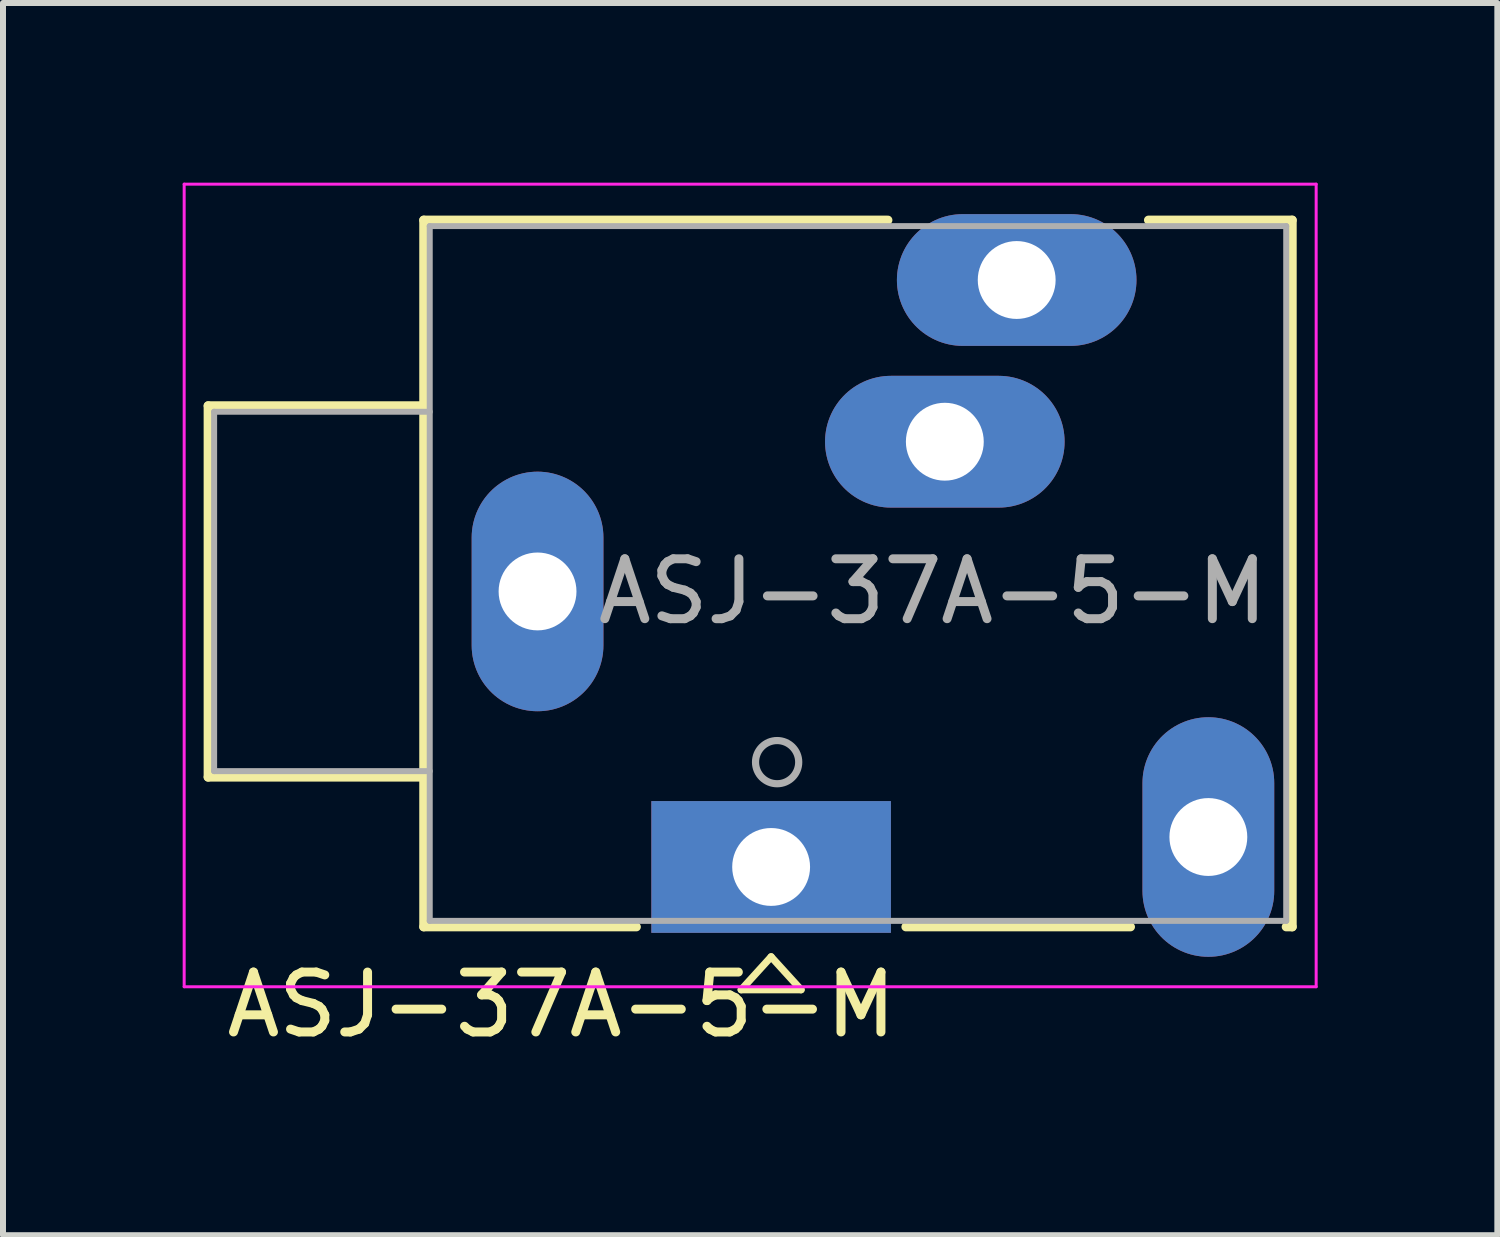
<source format=kicad_pcb>
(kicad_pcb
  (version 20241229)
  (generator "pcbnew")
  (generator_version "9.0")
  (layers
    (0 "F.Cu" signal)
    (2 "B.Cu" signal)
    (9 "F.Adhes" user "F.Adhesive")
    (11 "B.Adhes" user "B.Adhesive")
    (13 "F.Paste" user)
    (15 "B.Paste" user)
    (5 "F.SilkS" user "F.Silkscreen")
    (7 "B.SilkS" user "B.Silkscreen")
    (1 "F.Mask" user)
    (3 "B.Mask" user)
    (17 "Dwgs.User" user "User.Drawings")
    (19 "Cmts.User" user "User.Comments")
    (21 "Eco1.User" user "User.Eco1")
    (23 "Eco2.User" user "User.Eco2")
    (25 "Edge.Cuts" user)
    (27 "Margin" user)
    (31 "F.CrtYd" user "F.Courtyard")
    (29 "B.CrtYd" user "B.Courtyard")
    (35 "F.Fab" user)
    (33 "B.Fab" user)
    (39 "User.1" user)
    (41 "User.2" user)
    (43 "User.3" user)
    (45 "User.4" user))
  (footprint "ASJ-37A-5-M"
    (layer "F.Cu")
    (at 9.825 11.425)
    (property "Reference" "ASJ-37A-5-M" (at -3.5 2.3 0) (layer "F.SilkS") (effects (font (size 1 1) (thickness 0.15))))
    (attr through_hole)
    (fp_line (start -9.4 -7.7) (end -9.4 -1.5) (stroke (width 0.15) (type solid)) (layer "F.SilkS"))
    (fp_line (start -9.4 -1.5) (end -5.8 -1.5) (stroke (width 0.15) (type solid)) (layer "F.SilkS"))
    (fp_line (start -5.8 -10.8) (end 1.95 -10.8) (stroke (width 0.15) (type solid)) (layer "F.SilkS"))
    (fp_line (start -5.8 -7.7) (end -9.4 -7.7) (stroke (width 0.15) (type solid)) (layer "F.SilkS"))
    (fp_line (start -5.8 1) (end -5.8 -10.8) (stroke (width 0.15) (type solid)) (layer "F.SilkS"))
    (fp_line (start -2.25 1) (end -5.8 1) (stroke (width 0.15) (type solid)) (layer "F.SilkS"))
    (fp_line (start -0.5 2.05) (end 0.5 2.05) (stroke (width 0.12) (type solid)) (layer "F.SilkS"))
    (fp_line (start 0 1.5) (end -0.5 2.05) (stroke (width 0.12) (type solid)) (layer "F.SilkS"))
    (fp_line (start 0.5 2.05) (end 0 1.5) (stroke (width 0.12) (type solid)) (layer "F.SilkS"))
    (fp_line (start 6 1) (end 2.25 1) (stroke (width 0.15) (type solid)) (layer "F.SilkS"))
    (fp_line (start 6.3 -10.8) (end 8.7 -10.8) (stroke (width 0.15) (type solid)) (layer "F.SilkS"))
    (fp_line (start 8.7 -10.8) (end 8.7 1) (stroke (width 0.15) (type solid)) (layer "F.SilkS"))
    (fp_line (start 8.7 1) (end 8.6 1) (stroke (width 0.15) (type solid)) (layer "F.SilkS"))
    (fp_line (start -9.8 -11.4) (end -9.8 2) (stroke (width 0.05) (type solid)) (layer "F.CrtYd"))
    (fp_line (start -9.8 2) (end 9.1 2) (stroke (width 0.05) (type solid)) (layer "F.CrtYd"))
    (fp_line (start 9.1 -11.4) (end -9.8 -11.4) (stroke (width 0.05) (type solid)) (layer "F.CrtYd"))
    (fp_line (start 9.1 2) (end 9.1 -11.4) (stroke (width 0.05) (type solid)) (layer "F.CrtYd"))
    (fp_line (start -9.3 -7.6) (end -9.3 -1.6) (stroke (width 0.1) (type solid)) (layer "F.Fab"))
    (fp_line (start -9.3 -7.6) (end -5.7 -7.6) (stroke (width 0.1) (type solid)) (layer "F.Fab"))
    (fp_line (start -9.3 -1.6) (end -5.7 -1.6) (stroke (width 0.1) (type solid)) (layer "F.Fab"))
    (fp_line (start -5.7 -10.7) (end -5.7 0.9) (stroke (width 0.1) (type solid)) (layer "F.Fab"))
    (fp_line (start -5.7 0.9) (end 8.6 0.9) (stroke (width 0.1) (type solid)) (layer "F.Fab"))
    (fp_line (start 8.6 -10.7) (end -5.7 -10.7) (stroke (width 0.1) (type solid)) (layer "F.Fab"))
    (fp_line (start 8.6 0.9) (end 8.6 -10.7) (stroke (width 0.1) (type solid)) (layer "F.Fab"))
    (fp_circle (center 0.1 -1.75) (end 0.4 -1.55) (stroke (width 0.12) (type solid)) (fill no) (layer "F.Fab"))
    (fp_text user "${REFERENCE}" (at 2.7 -4.6 0) (layer "F.Fab") (effects (font (size 1 1) (thickness 0.15))))
    (pad "G" thru_hole oval (at -3.9 -4.6) (size 2.2 4) (drill 1.3) (layers "*.Cu" "*.Mask"))
    (pad "S" thru_hole oval (at 4.1 -9.8) (size 4 2.2) (drill 1.3) (layers "*.Cu" "*.Mask"))
    (pad "SN" thru_hole oval (at 2.9 -7.1) (size 4 2.2) (drill 1.3) (layers "*.Cu" "*.Mask"))
    (pad "T" thru_hole rect (at 0 0) (size 4 2.2) (drill 1.3) (layers "*.Cu" "*.Mask"))
    (pad "TN" thru_hole oval (at 7.3 -0.5 90) (size 4 2.2) (drill 1.3) (layers "*.Cu" "*.Mask")))
  (gr_rect
    (start -3 -3)
    (end 21.95 17.573)
    (stroke (width 0.1) (type default))
    (fill no)
    (layer "Edge.Cuts")))
</source>
